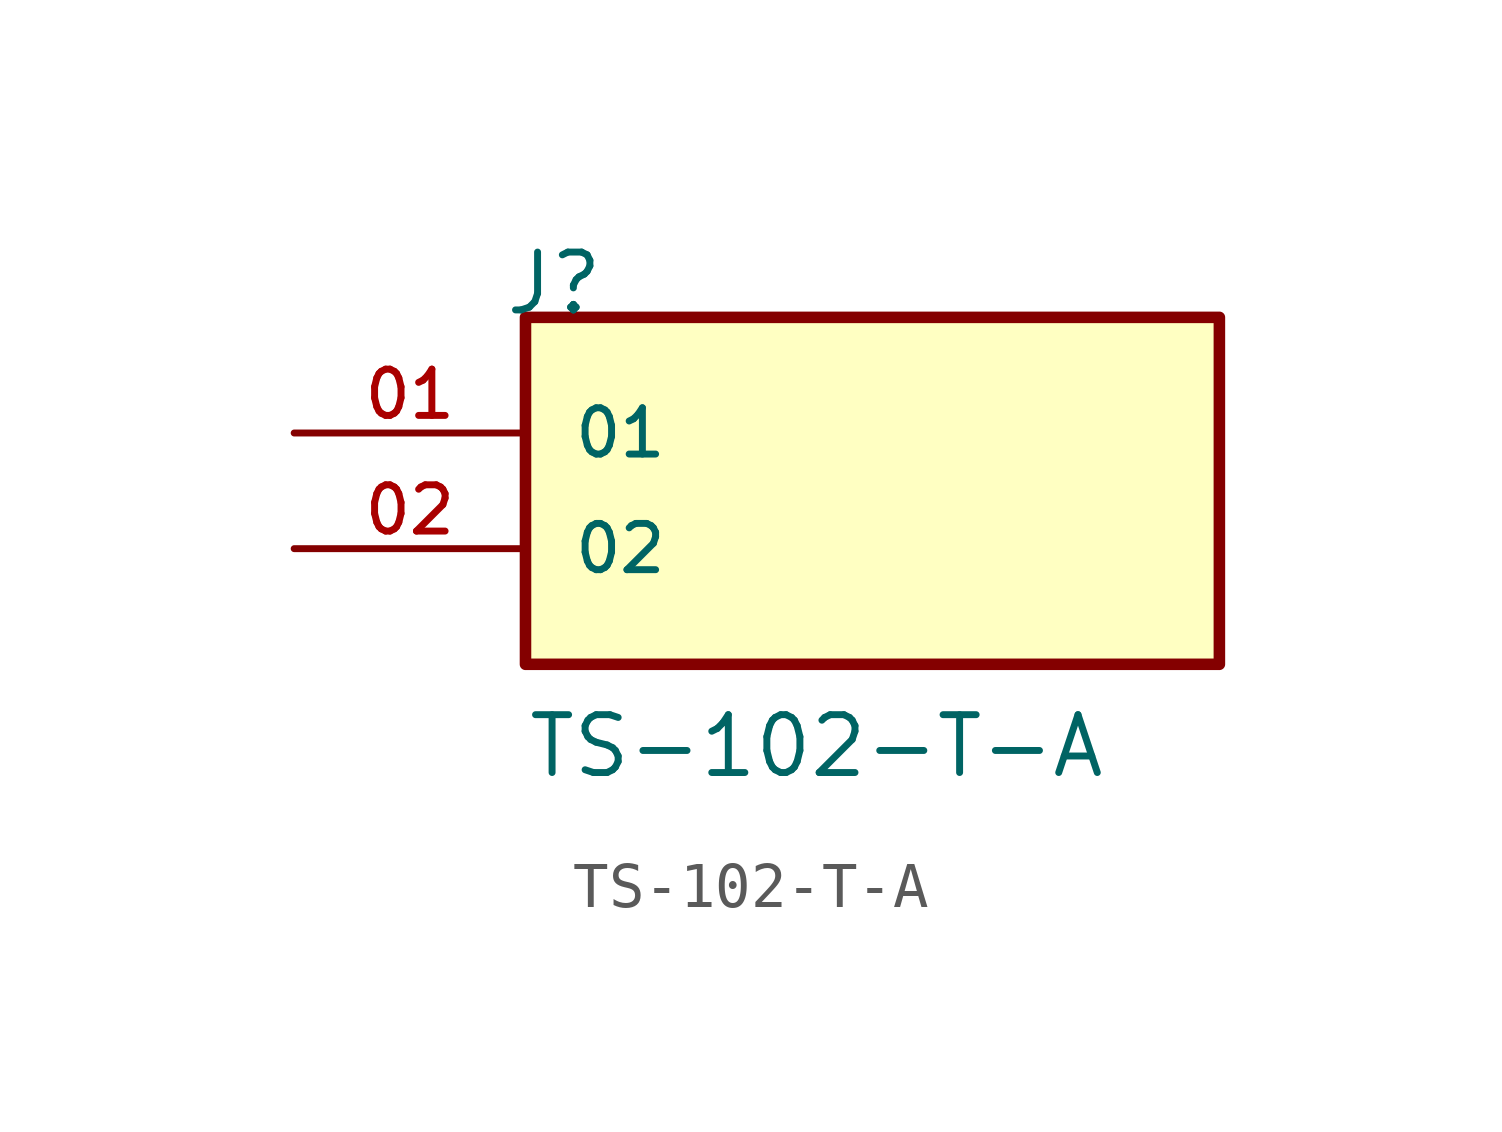
<source format=kicad_sym>
(kicad_symbol_lib
  (version 20211014)
  (generator kicad_symbol_editor)
  (symbol "TS-102-T-A"
    (pin_names
      (offset 1.016))
    (property "Reference" "J"
      (at -8.12 5.08 0)
      (effects (font (size 1.27 1.27)) (justify bottom left)))
    (property "Value" "TS-102-T-A"
      (at -7.62 -5.08 0)
      (effects (font (size 1.27 1.27)) (justify bottom left)))
    (symbol "TS-102-T-A_0_0"
      (rectangle (start -7.62 -2.54) (end 7.62 5.08) (stroke (width 0.254)) (fill (type background)))
      (pin passive line (at -12.7 2.54 0) (length 5.08) (name "01" (effects (font (size 1.016 1.016)))) (number "01" (effects (font (size 1.016 1.016)))))
      (pin passive line (at -12.7 0.0 0) (length 5.08) (name "02" (effects (font (size 1.016 1.016)))) (number "02" (effects (font (size 1.016 1.016))))))))
</source>
